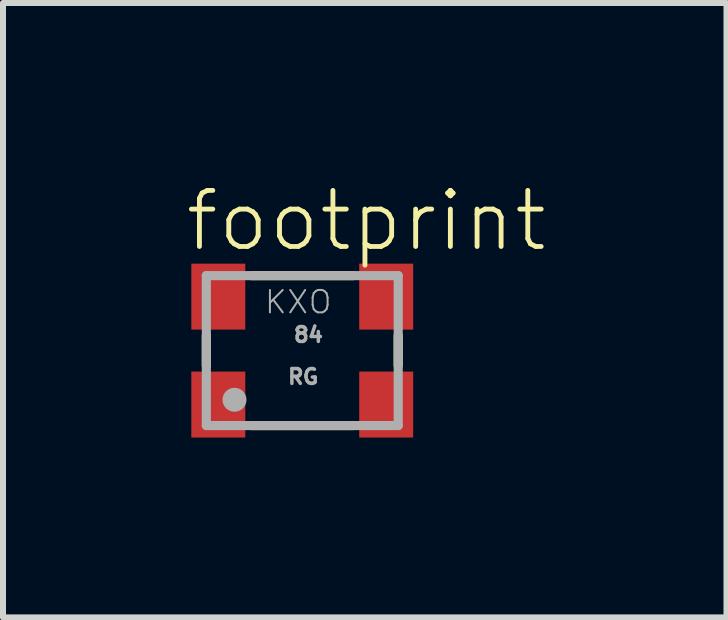
<source format=kicad_pcb>
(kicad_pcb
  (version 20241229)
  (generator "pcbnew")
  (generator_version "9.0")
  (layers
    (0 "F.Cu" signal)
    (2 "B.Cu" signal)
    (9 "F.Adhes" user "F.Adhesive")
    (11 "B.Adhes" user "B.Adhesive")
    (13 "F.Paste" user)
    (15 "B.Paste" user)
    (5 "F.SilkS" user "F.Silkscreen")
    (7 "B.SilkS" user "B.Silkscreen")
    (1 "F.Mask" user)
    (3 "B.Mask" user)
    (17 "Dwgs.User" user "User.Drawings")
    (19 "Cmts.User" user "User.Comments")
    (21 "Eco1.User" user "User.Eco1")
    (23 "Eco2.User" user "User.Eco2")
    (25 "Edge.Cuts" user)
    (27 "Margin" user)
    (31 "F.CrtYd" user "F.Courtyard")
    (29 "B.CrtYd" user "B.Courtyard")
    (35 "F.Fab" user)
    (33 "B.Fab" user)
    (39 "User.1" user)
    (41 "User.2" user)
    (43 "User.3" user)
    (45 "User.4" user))
  (footprint "footprint"
    (layer "F.Cu")
    (at 1.991 2.797)
    (property "Reference" "footprint" (at -1.991 -1.618 0) (layer "F.SilkS") (effects (font (size 0.935 0.935) (thickness 0.081)) (justify left bottom)))
    (fp_line (start -1.6 -0.25) (end -1.6 0.25) (stroke (width 0.152) (type solid)) (layer "F.SilkS"))
    (fp_line (start -0.85 -1.25) (end 0.85 -1.25) (stroke (width 0.152) (type solid)) (layer "F.SilkS"))
    (fp_line (start -0.85 1.25) (end 0.85 1.25) (stroke (width 0.152) (type solid)) (layer "F.SilkS"))
    (fp_line (start 1.6 -0.25) (end 1.6 0.25) (stroke (width 0.152) (type solid)) (layer "F.SilkS"))
    (fp_line (start -1.6 -1.25) (end -1.6 1.25) (stroke (width 0.152) (type solid)) (layer "F.Fab"))
    (fp_line (start -1.6 1.25) (end 1.6 1.25) (stroke (width 0.152) (type solid)) (layer "F.Fab"))
    (fp_line (start 1.6 -1.25) (end -1.6 -1.25) (stroke (width 0.152) (type solid)) (layer "F.Fab"))
    (fp_line (start 1.6 1.25) (end 1.6 -1.25) (stroke (width 0.152) (type solid)) (layer "F.Fab"))
    (fp_circle (center -1.13 0.82) (end -1.03 0.82) (stroke (width 0.2) (type solid)) (fill no) (layer "F.Fab"))
    (fp_text user "84" (at -0.17 -0.12 0) (layer "F.Fab") (effects (font (size 0.247 0.247) (thickness 0.058)) (justify left bottom)))
    (fp_text user "RG" (at -0.27 0.58 0) (layer "F.Fab") (effects (font (size 0.247 0.247) (thickness 0.058)) (justify left bottom)))
    (fp_text user "KXO" (at -0.65 -0.59 0) (layer "F.Fab") (effects (font (size 0.374 0.374) (thickness 0.033)) (justify left bottom)))
    (pad "1" smd rect (at -1.4 0.9) (size 0.9 1.1) (layers "F.Cu" "F.Mask" "F.Paste"))
    (pad "2" smd rect (at 1.4 0.9) (size 0.9 1.1) (layers "F.Cu" "F.Mask" "F.Paste"))
    (pad "3" smd rect (at 1.4 -0.9) (size 0.9 1.1) (layers "F.Cu" "F.Mask" "F.Paste"))
    (pad "4" smd rect (at -1.4 -0.9) (size 0.9 1.1) (layers "F.Cu" "F.Mask" "F.Paste")))
  (gr_rect
    (start -3 -3)
    (end 9.066 7.247)
    (stroke (width 0.1) (type default))
    (fill no)
    (layer "Edge.Cuts")))
</source>
